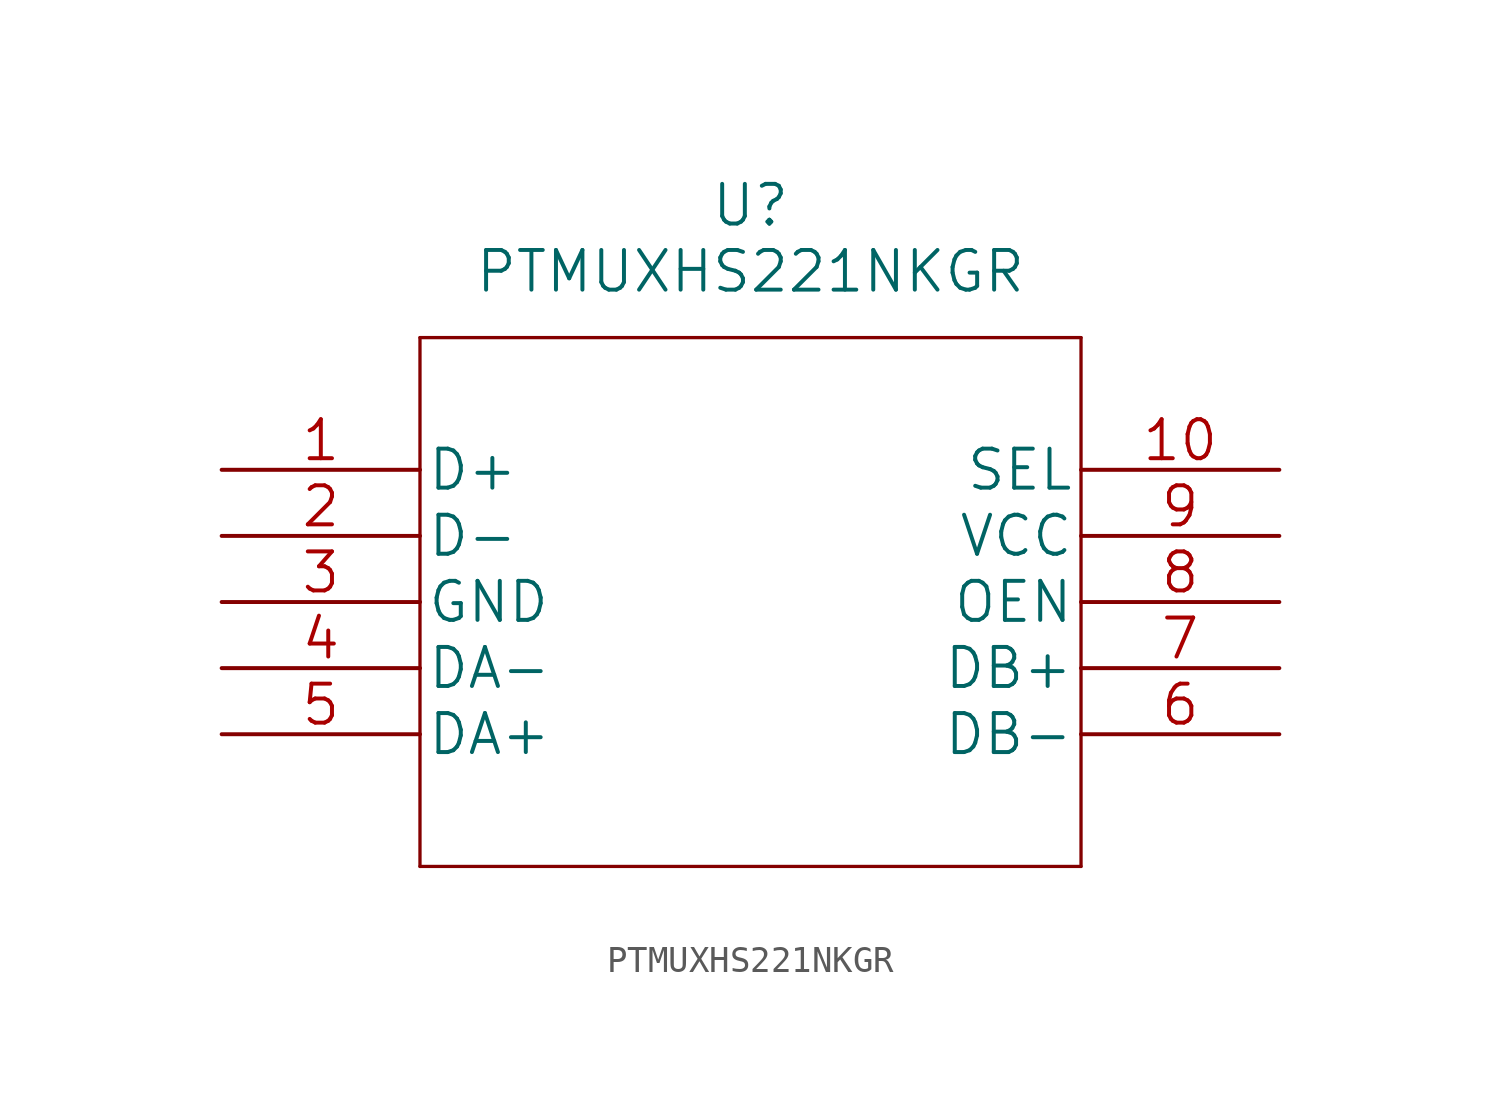
<source format=kicad_sym>
(kicad_symbol_lib
  (version 20220914)
  (generator kicad_symbol_editor)
  (symbol "PTMUXHS221NKGR"
    (pin_names
      (offset 0.254))
    (property "Reference" "U"
      (at 20.32 10.16 0)
      (effects (font (size 1.524 1.524))))
    (property "Value" "PTMUXHS221NKGR"
      (at 20.32 7.62 0)
      (effects (font (size 1.524 1.524))))
    (property "Datasheet" ""
      (at 0 0 0)
      (effects (font (size 1.524 1.524))))
    (property "ki_locked" ""
      (at 0 0 0)
      (effects (font (size 1.27 1.27))))
    (symbol "PTMUXHS221NKGR_1_1"
      (polyline (pts (xy 7.62 -15.24) (xy 33.02 -15.24)) (stroke (width 0.127) (type solid)) (fill (type none)))
      (polyline (pts (xy 7.62 5.08) (xy 7.62 -15.24)) (stroke (width 0.127) (type solid)) (fill (type none)))
      (polyline (pts (xy 33.02 -15.24) (xy 33.02 5.08)) (stroke (width 0.127) (type solid)) (fill (type none)))
      (polyline (pts (xy 33.02 5.08) (xy 7.62 5.08)) (stroke (width 0.127) (type solid)) (fill (type none)))
      (pin unspecified line (at 0 0 0) (length 7.62) (name "D+" (effects (font (size 1.499 1.499)))) (number "1" (effects (font (size 1.499 1.499)))))
      (pin unspecified line (at 40.64 0 180) (length 7.62) (name "SEL" (effects (font (size 1.499 1.499)))) (number "10" (effects (font (size 1.499 1.499)))))
      (pin unspecified line (at 0 -2.54 0) (length 7.62) (name "D-" (effects (font (size 1.499 1.499)))) (number "2" (effects (font (size 1.499 1.499)))))
      (pin power_in line (at 0 -5.08 0) (length 7.62) (name "GND" (effects (font (size 1.499 1.499)))) (number "3" (effects (font (size 1.499 1.499)))))
      (pin unspecified line (at 0 -7.62 0) (length 7.62) (name "DA-" (effects (font (size 1.499 1.499)))) (number "4" (effects (font (size 1.499 1.499)))))
      (pin unspecified line (at 0 -10.16 0) (length 7.62) (name "DA+" (effects (font (size 1.499 1.499)))) (number "5" (effects (font (size 1.499 1.499)))))
      (pin unspecified line (at 40.64 -10.16 180) (length 7.62) (name "DB-" (effects (font (size 1.499 1.499)))) (number "6" (effects (font (size 1.499 1.499)))))
      (pin unspecified line (at 40.64 -7.62 180) (length 7.62) (name "DB+" (effects (font (size 1.499 1.499)))) (number "7" (effects (font (size 1.499 1.499)))))
      (pin unspecified line (at 40.64 -5.08 180) (length 7.62) (name "OEN" (effects (font (size 1.499 1.499)))) (number "8" (effects (font (size 1.499 1.499)))))
      (pin power_in line (at 40.64 -2.54 180) (length 7.62) (name "VCC" (effects (font (size 1.499 1.499)))) (number "9" (effects (font (size 1.499 1.499))))))))
</source>
